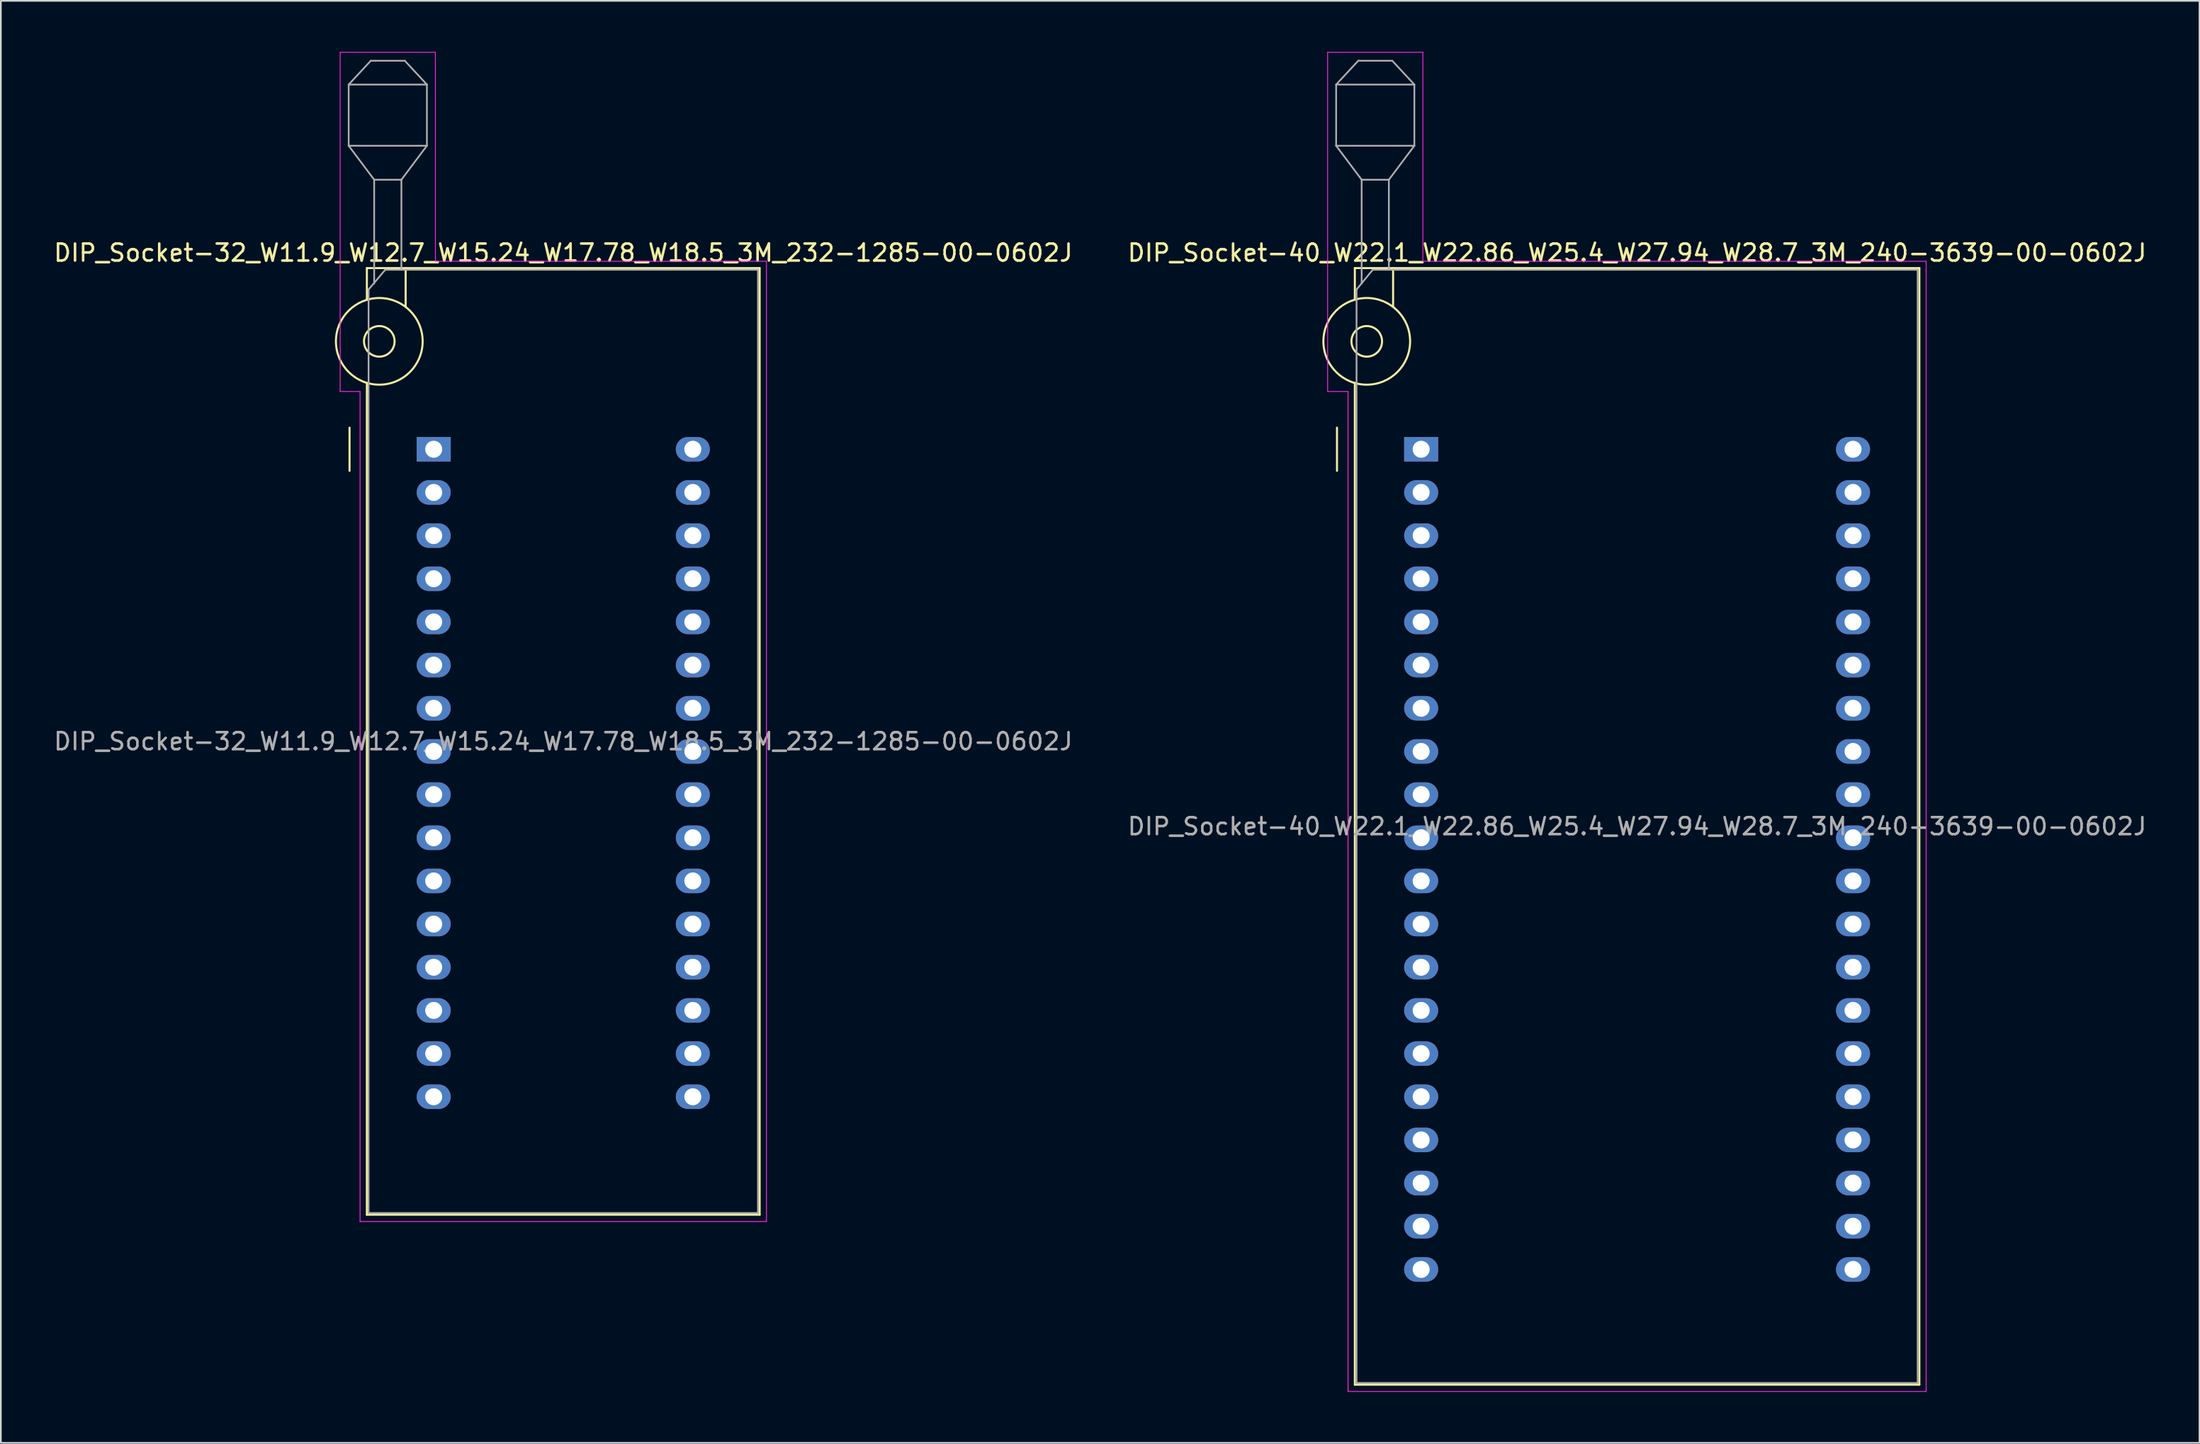
<source format=kicad_pcb>
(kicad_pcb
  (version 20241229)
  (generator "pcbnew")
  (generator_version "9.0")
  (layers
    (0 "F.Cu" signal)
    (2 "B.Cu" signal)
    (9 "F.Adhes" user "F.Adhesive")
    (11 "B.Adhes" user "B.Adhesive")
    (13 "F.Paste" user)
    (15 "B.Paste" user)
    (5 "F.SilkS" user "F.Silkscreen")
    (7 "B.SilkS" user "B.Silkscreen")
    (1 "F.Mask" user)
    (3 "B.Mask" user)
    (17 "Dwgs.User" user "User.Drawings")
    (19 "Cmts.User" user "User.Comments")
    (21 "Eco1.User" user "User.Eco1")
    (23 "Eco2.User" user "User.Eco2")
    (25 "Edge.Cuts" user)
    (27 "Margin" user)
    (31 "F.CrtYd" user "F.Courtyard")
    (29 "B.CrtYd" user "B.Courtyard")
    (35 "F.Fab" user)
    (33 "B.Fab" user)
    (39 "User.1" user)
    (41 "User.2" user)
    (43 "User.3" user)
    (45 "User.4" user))
  (footprint "DIP_Socket-32_W11.9_W12.7_W15.24_W17.78_W18.5_3M_232-1285-00-0602J"
    (layer "F.Cu")
    (at 22.457 23.385)
    (property "Reference" "DIP_Socket-32_W11.9_W12.7_W15.24_W17.78_W18.5_3M_232-1285-00-0602J" (at 7.62 -11.56 0) (layer "F.SilkS") (effects (font (size 1 1) (thickness 0.15))))
    (attr through_hole)
    (fp_line (start -4.95 1.27) (end -4.95 -1.27) (stroke (width 0.12) (type solid)) (layer "F.SilkS"))
    (fp_line (start -3.93 -10.66) (end -3.93 -8.8) (stroke (width 0.12) (type solid)) (layer "F.SilkS"))
    (fp_line (start -3.93 -3.9) (end -3.93 45.04) (stroke (width 0.12) (type solid)) (layer "F.SilkS"))
    (fp_line (start -3.93 45.04) (end 19.17 45.04) (stroke (width 0.12) (type solid)) (layer "F.SilkS"))
    (fp_line (start -1.65 -10.66) (end -1.65 -8.4) (stroke (width 0.12) (type solid)) (layer "F.SilkS"))
    (fp_line (start 19.17 -10.66) (end -3.93 -10.66) (stroke (width 0.12) (type solid)) (layer "F.SilkS"))
    (fp_line (start 19.17 45.04) (end 19.17 -10.66) (stroke (width 0.12) (type solid)) (layer "F.SilkS"))
    (fp_circle (center -3.2 -6.35) (end -2.3 -6.35) (stroke (width 0.12) (type solid)) (fill no) (layer "F.SilkS"))
    (fp_circle (center -3.2 -6.35) (end -0.65 -6.35) (stroke (width 0.12) (type solid)) (fill no) (layer "F.SilkS"))
    (fp_line (start -5.5 -23.36) (end 0.1 -23.36) (stroke (width 0.05) (type solid)) (layer "F.CrtYd"))
    (fp_line (start -5.5 -3.4) (end -5.5 -23.36) (stroke (width 0.05) (type solid)) (layer "F.CrtYd"))
    (fp_line (start -4.33 -3.4) (end -5.5 -3.4) (stroke (width 0.05) (type solid)) (layer "F.CrtYd"))
    (fp_line (start -4.33 45.44) (end -4.33 -3.4) (stroke (width 0.05) (type solid)) (layer "F.CrtYd"))
    (fp_line (start 0.1 -23.36) (end 0.1 -11.06) (stroke (width 0.05) (type solid)) (layer "F.CrtYd"))
    (fp_line (start 0.1 -11.06) (end 19.57 -11.06) (stroke (width 0.05) (type solid)) (layer "F.CrtYd"))
    (fp_line (start 19.57 -11.06) (end 19.57 45.44) (stroke (width 0.05) (type solid)) (layer "F.CrtYd"))
    (fp_line (start 19.57 45.44) (end -4.33 45.44) (stroke (width 0.05) (type solid)) (layer "F.CrtYd"))
    (fp_line (start -5 -21.46) (end -5 -17.86) (stroke (width 0.1) (type solid)) (layer "F.Fab"))
    (fp_line (start -5 -21.46) (end -3.7 -22.86) (stroke (width 0.1) (type solid)) (layer "F.Fab"))
    (fp_line (start -5 -17.86) (end -3.5 -15.86) (stroke (width 0.1) (type solid)) (layer "F.Fab"))
    (fp_line (start -5 -17.86) (end -0.4 -17.86) (stroke (width 0.1) (type solid)) (layer "F.Fab"))
    (fp_line (start -3.83 -9.4) (end -2.85 -10.56) (stroke (width 0.1) (type solid)) (layer "F.Fab"))
    (fp_line (start -3.83 44.94) (end -3.83 -9.4) (stroke (width 0.1) (type solid)) (layer "F.Fab"))
    (fp_line (start -3.7 -22.86) (end -1.7 -22.86) (stroke (width 0.1) (type solid)) (layer "F.Fab"))
    (fp_line (start -3.5 -15.86) (end -1.9 -15.86) (stroke (width 0.1) (type solid)) (layer "F.Fab"))
    (fp_line (start -3.5 -9.75) (end -3.5 -15.86) (stroke (width 0.1) (type solid)) (layer "F.Fab"))
    (fp_line (start -2.85 -10.56) (end 19.07 -10.56) (stroke (width 0.1) (type solid)) (layer "F.Fab"))
    (fp_line (start -1.9 -15.86) (end -1.9 -10.56) (stroke (width 0.1) (type solid)) (layer "F.Fab"))
    (fp_line (start -1.7 -22.86) (end -0.4 -21.46) (stroke (width 0.1) (type solid)) (layer "F.Fab"))
    (fp_line (start -0.4 -21.46) (end -5 -21.46) (stroke (width 0.1) (type solid)) (layer "F.Fab"))
    (fp_line (start -0.4 -17.86) (end -1.9 -15.86) (stroke (width 0.1) (type solid)) (layer "F.Fab"))
    (fp_line (start -0.4 -17.86) (end -0.4 -21.46) (stroke (width 0.1) (type solid)) (layer "F.Fab"))
    (fp_line (start 19.07 -10.56) (end 19.07 44.94) (stroke (width 0.1) (type solid)) (layer "F.Fab"))
    (fp_line (start 19.07 44.94) (end -3.83 44.94) (stroke (width 0.1) (type solid)) (layer "F.Fab"))
    (fp_text user "${REFERENCE}" (at 7.62 17.19 0) (layer "F.Fab") (effects (font (size 1 1) (thickness 0.15))))
    (pad "1" thru_hole rect (at 0 0) (size 2 1.44) (drill 1) (layers "*.Cu" "*.Mask"))
    (pad "2" thru_hole oval (at 0 2.54) (size 2 1.44) (drill 1) (layers "*.Cu" "*.Mask"))
    (pad "3" thru_hole oval (at 0 5.08) (size 2 1.44) (drill 1) (layers "*.Cu" "*.Mask"))
    (pad "4" thru_hole oval (at 0 7.62) (size 2 1.44) (drill 1) (layers "*.Cu" "*.Mask"))
    (pad "5" thru_hole oval (at 0 10.16) (size 2 1.44) (drill 1) (layers "*.Cu" "*.Mask"))
    (pad "6" thru_hole oval (at 0 12.7) (size 2 1.44) (drill 1) (layers "*.Cu" "*.Mask"))
    (pad "7" thru_hole oval (at 0 15.24) (size 2 1.44) (drill 1) (layers "*.Cu" "*.Mask"))
    (pad "8" thru_hole oval (at 0 17.78) (size 2 1.44) (drill 1) (layers "*.Cu" "*.Mask"))
    (pad "9" thru_hole oval (at 0 20.32) (size 2 1.44) (drill 1) (layers "*.Cu" "*.Mask"))
    (pad "10" thru_hole oval (at 0 22.86) (size 2 1.44) (drill 1) (layers "*.Cu" "*.Mask"))
    (pad "11" thru_hole oval (at 0 25.4) (size 2 1.44) (drill 1) (layers "*.Cu" "*.Mask"))
    (pad "12" thru_hole oval (at 0 27.94) (size 2 1.44) (drill 1) (layers "*.Cu" "*.Mask"))
    (pad "13" thru_hole oval (at 0 30.48) (size 2 1.44) (drill 1) (layers "*.Cu" "*.Mask"))
    (pad "14" thru_hole oval (at 0 33.02) (size 2 1.44) (drill 1) (layers "*.Cu" "*.Mask"))
    (pad "15" thru_hole oval (at 0 35.56) (size 2 1.44) (drill 1) (layers "*.Cu" "*.Mask"))
    (pad "16" thru_hole oval (at 0 38.1) (size 2 1.44) (drill 1) (layers "*.Cu" "*.Mask"))
    (pad "17" thru_hole oval (at 15.24 38.1) (size 2 1.44) (drill 1) (layers "*.Cu" "*.Mask"))
    (pad "18" thru_hole oval (at 15.24 35.56) (size 2 1.44) (drill 1) (layers "*.Cu" "*.Mask"))
    (pad "19" thru_hole oval (at 15.24 33.02) (size 2 1.44) (drill 1) (layers "*.Cu" "*.Mask"))
    (pad "20" thru_hole oval (at 15.24 30.48) (size 2 1.44) (drill 1) (layers "*.Cu" "*.Mask"))
    (pad "21" thru_hole oval (at 15.24 27.94) (size 2 1.44) (drill 1) (layers "*.Cu" "*.Mask"))
    (pad "22" thru_hole oval (at 15.24 25.4) (size 2 1.44) (drill 1) (layers "*.Cu" "*.Mask"))
    (pad "23" thru_hole oval (at 15.24 22.86) (size 2 1.44) (drill 1) (layers "*.Cu" "*.Mask"))
    (pad "24" thru_hole oval (at 15.24 20.32) (size 2 1.44) (drill 1) (layers "*.Cu" "*.Mask"))
    (pad "25" thru_hole oval (at 15.24 17.78) (size 2 1.44) (drill 1) (layers "*.Cu" "*.Mask"))
    (pad "26" thru_hole oval (at 15.24 15.24) (size 2 1.44) (drill 1) (layers "*.Cu" "*.Mask"))
    (pad "27" thru_hole oval (at 15.24 12.7) (size 2 1.44) (drill 1) (layers "*.Cu" "*.Mask"))
    (pad "28" thru_hole oval (at 15.24 10.16) (size 2 1.44) (drill 1) (layers "*.Cu" "*.Mask"))
    (pad "29" thru_hole oval (at 15.24 7.62) (size 2 1.44) (drill 1) (layers "*.Cu" "*.Mask"))
    (pad "30" thru_hole oval (at 15.24 5.08) (size 2 1.44) (drill 1) (layers "*.Cu" "*.Mask"))
    (pad "31" thru_hole oval (at 15.24 2.54) (size 2 1.44) (drill 1) (layers "*.Cu" "*.Mask"))
    (pad "32" thru_hole oval (at 15.24 0) (size 2 1.44) (drill 1) (layers "*.Cu" "*.Mask")))
  (footprint "DIP_Socket-40_W22.1_W22.86_W25.4_W27.94_W28.7_3M_240-3639-00-0602J"
    (layer "F.Cu")
    (at 80.532 23.385)
    (property "Reference" "DIP_Socket-40_W22.1_W22.86_W25.4_W27.94_W28.7_3M_240-3639-00-0602J" (at 12.7 -11.56 0) (layer "F.SilkS") (effects (font (size 1 1) (thickness 0.15))))
    (attr through_hole)
    (fp_line (start -4.95 1.27) (end -4.95 -1.27) (stroke (width 0.12) (type solid)) (layer "F.SilkS"))
    (fp_line (start -3.9 -10.66) (end -3.9 -8.8) (stroke (width 0.12) (type solid)) (layer "F.SilkS"))
    (fp_line (start -3.9 -3.9) (end -3.9 55.04) (stroke (width 0.12) (type solid)) (layer "F.SilkS"))
    (fp_line (start -3.9 55.04) (end 29.3 55.04) (stroke (width 0.12) (type solid)) (layer "F.SilkS"))
    (fp_line (start -1.65 -10.66) (end -1.65 -8.4) (stroke (width 0.12) (type solid)) (layer "F.SilkS"))
    (fp_line (start 29.3 -10.66) (end -3.9 -10.66) (stroke (width 0.12) (type solid)) (layer "F.SilkS"))
    (fp_line (start 29.3 55.04) (end 29.3 -10.66) (stroke (width 0.12) (type solid)) (layer "F.SilkS"))
    (fp_circle (center -3.2 -6.35) (end -2.3 -6.35) (stroke (width 0.12) (type solid)) (fill no) (layer "F.SilkS"))
    (fp_circle (center -3.2 -6.35) (end -0.65 -6.35) (stroke (width 0.12) (type solid)) (fill no) (layer "F.SilkS"))
    (fp_line (start -5.5 -23.36) (end 0.1 -23.36) (stroke (width 0.05) (type solid)) (layer "F.CrtYd"))
    (fp_line (start -5.5 -3.4) (end -5.5 -23.36) (stroke (width 0.05) (type solid)) (layer "F.CrtYd"))
    (fp_line (start -4.3 -3.4) (end -5.5 -3.4) (stroke (width 0.05) (type solid)) (layer "F.CrtYd"))
    (fp_line (start -4.3 55.44) (end -4.3 -3.4) (stroke (width 0.05) (type solid)) (layer "F.CrtYd"))
    (fp_line (start 0.1 -23.36) (end 0.1 -11.06) (stroke (width 0.05) (type solid)) (layer "F.CrtYd"))
    (fp_line (start 0.1 -11.06) (end 29.7 -11.06) (stroke (width 0.05) (type solid)) (layer "F.CrtYd"))
    (fp_line (start 29.7 -11.06) (end 29.7 55.44) (stroke (width 0.05) (type solid)) (layer "F.CrtYd"))
    (fp_line (start 29.7 55.44) (end -4.3 55.44) (stroke (width 0.05) (type solid)) (layer "F.CrtYd"))
    (fp_line (start -5 -21.46) (end -5 -17.86) (stroke (width 0.1) (type solid)) (layer "F.Fab"))
    (fp_line (start -5 -21.46) (end -3.7 -22.86) (stroke (width 0.1) (type solid)) (layer "F.Fab"))
    (fp_line (start -5 -17.86) (end -3.5 -15.86) (stroke (width 0.1) (type solid)) (layer "F.Fab"))
    (fp_line (start -5 -17.86) (end -0.4 -17.86) (stroke (width 0.1) (type solid)) (layer "F.Fab"))
    (fp_line (start -3.8 -9.4) (end -2.85 -10.56) (stroke (width 0.1) (type solid)) (layer "F.Fab"))
    (fp_line (start -3.8 54.94) (end -3.8 -9.4) (stroke (width 0.1) (type solid)) (layer "F.Fab"))
    (fp_line (start -3.7 -22.86) (end -1.7 -22.86) (stroke (width 0.1) (type solid)) (layer "F.Fab"))
    (fp_line (start -3.5 -15.86) (end -1.9 -15.86) (stroke (width 0.1) (type solid)) (layer "F.Fab"))
    (fp_line (start -3.5 -9.75) (end -3.5 -15.86) (stroke (width 0.1) (type solid)) (layer "F.Fab"))
    (fp_line (start -2.85 -10.56) (end 29.2 -10.56) (stroke (width 0.1) (type solid)) (layer "F.Fab"))
    (fp_line (start -1.9 -15.86) (end -1.9 -10.56) (stroke (width 0.1) (type solid)) (layer "F.Fab"))
    (fp_line (start -1.7 -22.86) (end -0.4 -21.46) (stroke (width 0.1) (type solid)) (layer "F.Fab"))
    (fp_line (start -0.4 -21.46) (end -5 -21.46) (stroke (width 0.1) (type solid)) (layer "F.Fab"))
    (fp_line (start -0.4 -17.86) (end -1.9 -15.86) (stroke (width 0.1) (type solid)) (layer "F.Fab"))
    (fp_line (start -0.4 -17.86) (end -0.4 -21.46) (stroke (width 0.1) (type solid)) (layer "F.Fab"))
    (fp_line (start 29.2 -10.56) (end 29.2 54.94) (stroke (width 0.1) (type solid)) (layer "F.Fab"))
    (fp_line (start 29.2 54.94) (end -3.8 54.94) (stroke (width 0.1) (type solid)) (layer "F.Fab"))
    (fp_text user "${REFERENCE}" (at 12.7 22.19 0) (layer "F.Fab") (effects (font (size 1 1) (thickness 0.15))))
    (pad "1" thru_hole rect (at 0 0) (size 2 1.44) (drill 1) (layers "*.Cu" "*.Mask"))
    (pad "2" thru_hole oval (at 0 2.54) (size 2 1.44) (drill 1) (layers "*.Cu" "*.Mask"))
    (pad "3" thru_hole oval (at 0 5.08) (size 2 1.44) (drill 1) (layers "*.Cu" "*.Mask"))
    (pad "4" thru_hole oval (at 0 7.62) (size 2 1.44) (drill 1) (layers "*.Cu" "*.Mask"))
    (pad "5" thru_hole oval (at 0 10.16) (size 2 1.44) (drill 1) (layers "*.Cu" "*.Mask"))
    (pad "6" thru_hole oval (at 0 12.7) (size 2 1.44) (drill 1) (layers "*.Cu" "*.Mask"))
    (pad "7" thru_hole oval (at 0 15.24) (size 2 1.44) (drill 1) (layers "*.Cu" "*.Mask"))
    (pad "8" thru_hole oval (at 0 17.78) (size 2 1.44) (drill 1) (layers "*.Cu" "*.Mask"))
    (pad "9" thru_hole oval (at 0 20.32) (size 2 1.44) (drill 1) (layers "*.Cu" "*.Mask"))
    (pad "10" thru_hole oval (at 0 22.86) (size 2 1.44) (drill 1) (layers "*.Cu" "*.Mask"))
    (pad "11" thru_hole oval (at 0 25.4) (size 2 1.44) (drill 1) (layers "*.Cu" "*.Mask"))
    (pad "12" thru_hole oval (at 0 27.94) (size 2 1.44) (drill 1) (layers "*.Cu" "*.Mask"))
    (pad "13" thru_hole oval (at 0 30.48) (size 2 1.44) (drill 1) (layers "*.Cu" "*.Mask"))
    (pad "14" thru_hole oval (at 0 33.02) (size 2 1.44) (drill 1) (layers "*.Cu" "*.Mask"))
    (pad "15" thru_hole oval (at 0 35.56) (size 2 1.44) (drill 1) (layers "*.Cu" "*.Mask"))
    (pad "16" thru_hole oval (at 0 38.1) (size 2 1.44) (drill 1) (layers "*.Cu" "*.Mask"))
    (pad "17" thru_hole oval (at 0 40.64) (size 2 1.44) (drill 1) (layers "*.Cu" "*.Mask"))
    (pad "18" thru_hole oval (at 0 43.18) (size 2 1.44) (drill 1) (layers "*.Cu" "*.Mask"))
    (pad "19" thru_hole oval (at 0 45.72) (size 2 1.44) (drill 1) (layers "*.Cu" "*.Mask"))
    (pad "20" thru_hole oval (at 0 48.26) (size 2 1.44) (drill 1) (layers "*.Cu" "*.Mask"))
    (pad "21" thru_hole oval (at 25.4 48.26) (size 2 1.44) (drill 1) (layers "*.Cu" "*.Mask"))
    (pad "22" thru_hole oval (at 25.4 45.72) (size 2 1.44) (drill 1) (layers "*.Cu" "*.Mask"))
    (pad "23" thru_hole oval (at 25.4 43.18) (size 2 1.44) (drill 1) (layers "*.Cu" "*.Mask"))
    (pad "24" thru_hole oval (at 25.4 40.64) (size 2 1.44) (drill 1) (layers "*.Cu" "*.Mask"))
    (pad "25" thru_hole oval (at 25.4 38.1) (size 2 1.44) (drill 1) (layers "*.Cu" "*.Mask"))
    (pad "26" thru_hole oval (at 25.4 35.56) (size 2 1.44) (drill 1) (layers "*.Cu" "*.Mask"))
    (pad "27" thru_hole oval (at 25.4 33.02) (size 2 1.44) (drill 1) (layers "*.Cu" "*.Mask"))
    (pad "28" thru_hole oval (at 25.4 30.48) (size 2 1.44) (drill 1) (layers "*.Cu" "*.Mask"))
    (pad "29" thru_hole oval (at 25.4 27.94) (size 2 1.44) (drill 1) (layers "*.Cu" "*.Mask"))
    (pad "30" thru_hole oval (at 25.4 25.4) (size 2 1.44) (drill 1) (layers "*.Cu" "*.Mask"))
    (pad "31" thru_hole oval (at 25.4 22.86) (size 2 1.44) (drill 1) (layers "*.Cu" "*.Mask"))
    (pad "32" thru_hole oval (at 25.4 20.32) (size 2 1.44) (drill 1) (layers "*.Cu" "*.Mask"))
    (pad "33" thru_hole oval (at 25.4 17.78) (size 2 1.44) (drill 1) (layers "*.Cu" "*.Mask"))
    (pad "34" thru_hole oval (at 25.4 15.24) (size 2 1.44) (drill 1) (layers "*.Cu" "*.Mask"))
    (pad "35" thru_hole oval (at 25.4 12.7) (size 2 1.44) (drill 1) (layers "*.Cu" "*.Mask"))
    (pad "36" thru_hole oval (at 25.4 10.16) (size 2 1.44) (drill 1) (layers "*.Cu" "*.Mask"))
    (pad "37" thru_hole oval (at 25.4 7.62) (size 2 1.44) (drill 1) (layers "*.Cu" "*.Mask"))
    (pad "38" thru_hole oval (at 25.4 5.08) (size 2 1.44) (drill 1) (layers "*.Cu" "*.Mask"))
    (pad "39" thru_hole oval (at 25.4 2.54) (size 2 1.44) (drill 1) (layers "*.Cu" "*.Mask"))
    (pad "40" thru_hole oval (at 25.4 0) (size 2 1.44) (drill 1) (layers "*.Cu" "*.Mask")))
  (gr_rect
    (start -3 -3)
    (end 126.31 81.85)
    (stroke (width 0.1) (type default))
    (fill no)
    (layer "Edge.Cuts")))
</source>
